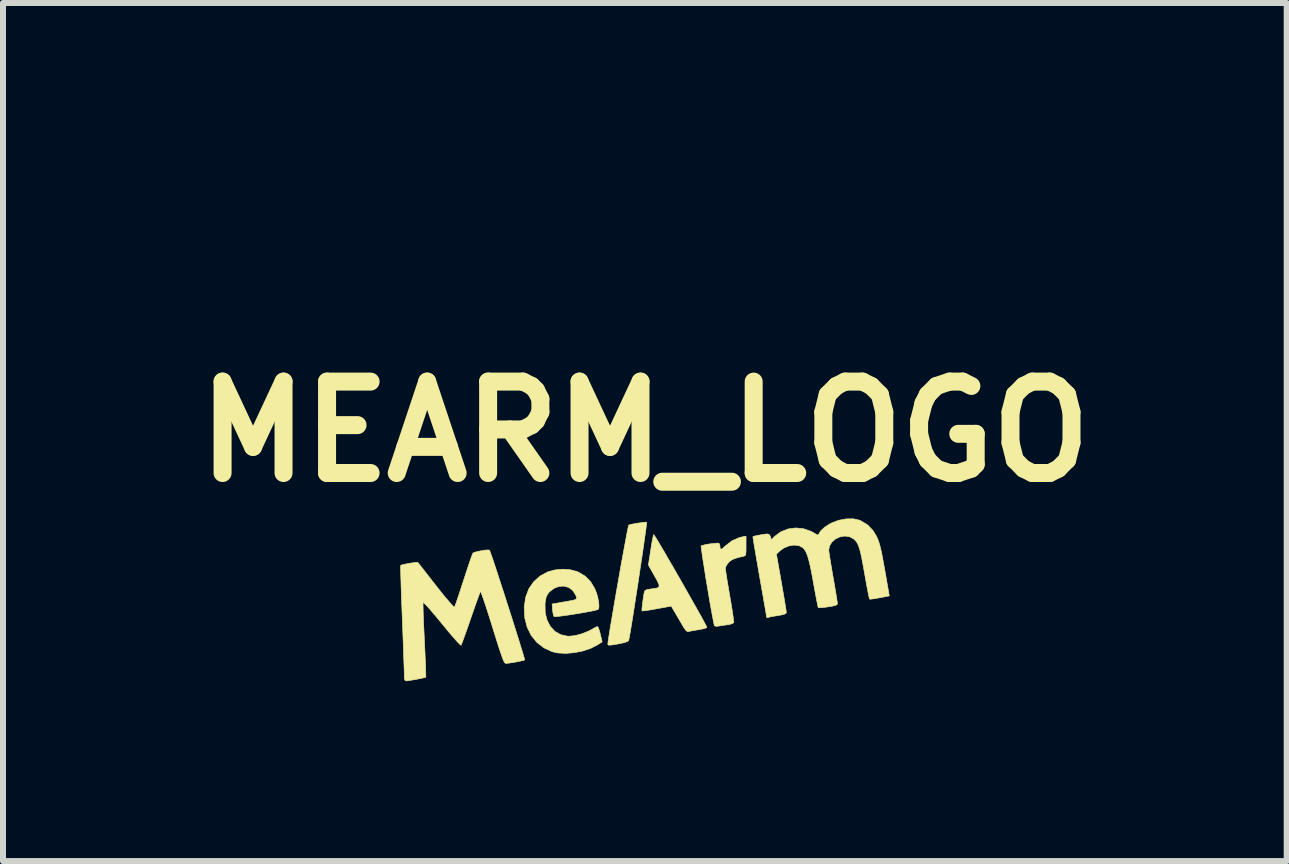
<source format=kicad_pcb>
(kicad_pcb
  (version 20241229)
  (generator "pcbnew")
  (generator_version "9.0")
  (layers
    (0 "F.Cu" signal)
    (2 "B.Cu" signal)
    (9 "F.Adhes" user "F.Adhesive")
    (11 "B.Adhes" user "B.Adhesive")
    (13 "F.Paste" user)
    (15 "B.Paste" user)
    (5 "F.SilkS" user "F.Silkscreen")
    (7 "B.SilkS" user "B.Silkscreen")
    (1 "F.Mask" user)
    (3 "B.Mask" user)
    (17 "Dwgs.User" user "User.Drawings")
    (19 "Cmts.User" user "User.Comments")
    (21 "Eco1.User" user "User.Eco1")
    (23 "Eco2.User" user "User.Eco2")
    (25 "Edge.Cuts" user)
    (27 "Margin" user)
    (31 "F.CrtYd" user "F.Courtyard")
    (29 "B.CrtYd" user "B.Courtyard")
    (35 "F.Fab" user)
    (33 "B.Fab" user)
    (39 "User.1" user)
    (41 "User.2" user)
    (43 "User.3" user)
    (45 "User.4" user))
  (footprint "MEARM_LOGO"
    (layer "F.Cu")
    (at 7.7 4.146)
    (property "Reference" "MEARM_LOGO" (at 0 0 0) (layer "F.SilkS") (effects (font (size 1.524 1.524) (thickness 0.3))))
    (attr through_hole)
    (fp_poly (pts (xy -1.098 -4.113) (xy -0.963 -4.055) (xy -0.839 -3.966) (xy -0.838 -3.965) (xy -0.818 -3.943) (xy -0.776 -3.895) (xy -0.714 -3.823) (xy -0.633 -3.729) (xy -0.535 -3.614) (xy -0.422 -3.481) (xy -0.295 -3.331) (xy -0.156 -3.166) (xy -0.006 -2.988) (xy 0.153 -2.799) (xy 0.32 -2.601) (xy 0.492 -2.395) (xy 0.535 -2.344) (xy 1.841 -0.784) (xy 2.467 -0.777) (xy 3.093 -0.771) (xy 3.215 -0.713) (xy 3.349 -0.632) (xy 3.457 -0.531) (xy 3.537 -0.414) (xy 3.59 -0.286) (xy 3.616 -0.152) (xy 3.616 -0.015) (xy 3.588 0.12) (xy 3.533 0.249) (xy 3.452 0.366) (xy 3.343 0.469) (xy 3.215 0.548) (xy 3.094 0.608) (xy 1.351 0.608) (xy 1.233 0.55) (xy 1.131 0.487) (xy 1.032 0.404) (xy 1.014 0.386) (xy 0.987 0.356) (xy 0.938 0.301) (xy 0.87 0.222) (xy 0.785 0.122) (xy 0.684 0.004) (xy 0.57 -0.132) (xy 0.444 -0.281) (xy 0.308 -0.442) (xy 0.164 -0.613) (xy 0.015 -0.791) (xy -0.073 -0.896) (xy -0.248 -1.105) (xy -0.401 -1.287) (xy -0.534 -1.445) (xy -0.648 -1.58) (xy -0.744 -1.694) (xy -0.825 -1.788) (xy -0.891 -1.865) (xy -0.944 -1.924) (xy -0.986 -1.97) (xy -1.018 -2.002) (xy -1.041 -2.023) (xy -1.057 -2.034) (xy -1.067 -2.037) (xy -1.073 -2.034) (xy -1.075 -2.03) (xy -1.084 -2.007) (xy -1.104 -1.952) (xy -1.134 -1.868) (xy -1.174 -1.758) (xy -1.223 -1.624) (xy -1.28 -1.468) (xy -1.344 -1.294) (xy -1.413 -1.104) (xy -1.487 -0.9) (xy -1.566 -0.685) (xy -1.627 -0.518) (xy -1.708 -0.295) (xy -1.786 -0.082) (xy -1.861 0.121) (xy -1.93 0.31) (xy -1.994 0.482) (xy -2.051 0.635) (xy -2.1 0.767) (xy -2.14 0.874) (xy -2.171 0.954) (xy -2.191 1.005) (xy -2.198 1.021) (xy -2.273 1.131) (xy -2.375 1.224) (xy -2.496 1.297) (xy -2.629 1.348) (xy -2.768 1.374) (xy -2.904 1.37) (xy -2.975 1.355) (xy -3.124 1.298) (xy -3.245 1.22) (xy -3.343 1.116) (xy -3.424 0.984) (xy -3.457 0.914) (xy -3.477 0.861) (xy -3.488 0.809) (xy -3.491 0.745) (xy -3.491 0.681) (xy -3.49 0.517) (xy -2.714 -1.615) (xy -2.592 -1.949) (xy -2.482 -2.251) (xy -2.383 -2.522) (xy -2.295 -2.762) (xy -2.216 -2.975) (xy -2.147 -3.16) (xy -2.087 -3.32) (xy -2.035 -3.456) (xy -1.991 -3.569) (xy -1.955 -3.661) (xy -1.925 -3.733) (xy -1.902 -3.788) (xy -1.884 -3.825) (xy -1.872 -3.845) (xy -1.774 -3.96) (xy -1.656 -4.047) (xy -1.525 -4.107) (xy -1.384 -4.139) (xy -1.24 -4.141) (xy -1.098 -4.113)) (stroke (width 0.01) (type solid)) (fill yes) (layer "F.Mask"))
    (fp_poly (pts (xy 0.03 1.511) (xy 0.029 1.531) (xy 0.023 1.582) (xy 0.013 1.661) (xy -0.002 1.763) (xy -0.019 1.886) (xy -0.039 2.025) (xy -0.062 2.175) (xy -0.086 2.334) (xy -0.11 2.497) (xy -0.135 2.659) (xy -0.16 2.818) (xy -0.183 2.969) (xy -0.205 3.108) (xy -0.225 3.231) (xy -0.242 3.334) (xy -0.256 3.413) (xy -0.266 3.464) (xy -0.27 3.483) (xy -0.297 3.501) (xy -0.356 3.52) (xy -0.444 3.538) (xy -0.451 3.54) (xy -0.529 3.553) (xy -0.578 3.559) (xy -0.605 3.558) (xy -0.615 3.55) (xy -0.617 3.541) (xy -0.614 3.511) (xy -0.605 3.45) (xy -0.592 3.363) (xy -0.574 3.253) (xy -0.552 3.125) (xy -0.528 2.982) (xy -0.502 2.828) (xy -0.474 2.667) (xy -0.445 2.504) (xy -0.417 2.341) (xy -0.389 2.184) (xy -0.362 2.036) (xy -0.337 1.901) (xy -0.315 1.783) (xy -0.297 1.686) (xy -0.282 1.613) (xy -0.273 1.57) (xy -0.269 1.558) (xy -0.242 1.549) (xy -0.192 1.538) (xy -0.13 1.527) (xy -0.066 1.518) (xy -0.012 1.511) (xy 0.023 1.51) (xy 0.03 1.511)) (stroke (width 0.01) (type solid)) (fill yes) (layer "F.SilkS"))
    (fp_poly (pts (xy 0.158 1.729) (xy 0.184 1.77) (xy 0.224 1.835) (xy 0.275 1.922) (xy 0.336 2.025) (xy 0.403 2.142) (xy 0.477 2.268) (xy 0.553 2.401) (xy 0.63 2.535) (xy 0.706 2.669) (xy 0.779 2.798) (xy 0.847 2.918) (xy 0.908 3.026) (xy 0.959 3.118) (xy 0.998 3.191) (xy 1.024 3.24) (xy 1.034 3.263) (xy 1.034 3.263) (xy 1.018 3.273) (xy 0.974 3.286) (xy 0.912 3.299) (xy 0.903 3.3) (xy 0.832 3.312) (xy 0.771 3.323) (xy 0.733 3.331) (xy 0.732 3.332) (xy 0.71 3.332) (xy 0.689 3.318) (xy 0.663 3.285) (xy 0.626 3.227) (xy 0.611 3.199) (xy 0.567 3.125) (xy 0.525 3.052) (xy 0.491 2.994) (xy 0.484 2.983) (xy 0.44 2.908) (xy 0.2 2.952) (xy 0.111 2.968) (xy 0.036 2.98) (xy -0.018 2.987) (xy -0.046 2.989) (xy -0.048 2.988) (xy -0.049 2.968) (xy -0.045 2.922) (xy -0.038 2.86) (xy -0.028 2.79) (xy -0.018 2.724) (xy -0.009 2.673) (xy 0.002 2.65) (xy 0.028 2.636) (xy 0.077 2.626) (xy 0.105 2.622) (xy 0.174 2.613) (xy 0.217 2.602) (xy 0.237 2.583) (xy 0.235 2.55) (xy 0.212 2.497) (xy 0.17 2.42) (xy 0.159 2.401) (xy 0.059 2.223) (xy 0.098 1.975) (xy 0.112 1.884) (xy 0.126 1.806) (xy 0.138 1.749) (xy 0.146 1.718) (xy 0.147 1.715) (xy 0.158 1.729)) (stroke (width 0.01) (type solid)) (fill yes) (layer "F.SilkS"))
    (fp_poly (pts (xy 1.687 1.905) (xy 1.687 1.982) (xy 1.684 2.031) (xy 1.678 2.058) (xy 1.664 2.071) (xy 1.642 2.078) (xy 1.637 2.079) (xy 1.55 2.1) (xy 1.489 2.119) (xy 1.446 2.14) (xy 1.411 2.167) (xy 1.398 2.179) (xy 1.363 2.223) (xy 1.344 2.266) (xy 1.343 2.277) (xy 1.346 2.306) (xy 1.354 2.366) (xy 1.367 2.45) (xy 1.384 2.553) (xy 1.404 2.669) (xy 1.416 2.74) (xy 1.437 2.86) (xy 1.454 2.968) (xy 1.468 3.06) (xy 1.478 3.13) (xy 1.482 3.173) (xy 1.481 3.183) (xy 1.46 3.199) (xy 1.415 3.213) (xy 1.394 3.217) (xy 1.322 3.227) (xy 1.248 3.238) (xy 1.239 3.24) (xy 1.191 3.245) (xy 1.166 3.239) (xy 1.155 3.218) (xy 1.153 3.209) (xy 1.141 3.149) (xy 1.125 3.065) (xy 1.106 2.962) (xy 1.085 2.844) (xy 1.063 2.715) (xy 1.041 2.582) (xy 1.018 2.448) (xy 0.998 2.319) (xy 0.979 2.199) (xy 0.962 2.093) (xy 0.95 2.006) (xy 0.941 1.944) (xy 0.938 1.909) (xy 0.938 1.904) (xy 0.964 1.895) (xy 1.014 1.883) (xy 1.077 1.872) (xy 1.141 1.864) (xy 1.196 1.859) (xy 1.23 1.859) (xy 1.235 1.86) (xy 1.248 1.885) (xy 1.252 1.912) (xy 1.256 1.95) (xy 1.271 1.961) (xy 1.3 1.944) (xy 1.346 1.902) (xy 1.452 1.82) (xy 1.575 1.766) (xy 1.628 1.753) (xy 1.687 1.743) (xy 1.687 1.905)) (stroke (width 0.01) (type solid)) (fill yes) (layer "F.SilkS"))
    (fp_poly (pts (xy -1.241 2.303) (xy -1.128 2.333) (xy -1.107 2.342) (xy -0.992 2.411) (xy -0.904 2.501) (xy -0.834 2.619) (xy -0.833 2.622) (xy -0.804 2.695) (xy -0.783 2.772) (xy -0.769 2.847) (xy -0.765 2.91) (xy -0.771 2.952) (xy -0.782 2.966) (xy -0.819 2.976) (xy -0.881 2.99) (xy -0.962 3.005) (xy -1.055 3.022) (xy -1.155 3.038) (xy -1.254 3.054) (xy -1.346 3.067) (xy -1.423 3.077) (xy -1.481 3.083) (xy -1.511 3.084) (xy -1.513 3.083) (xy -1.524 3.057) (xy -1.534 3.008) (xy -1.538 2.97) (xy -1.546 2.873) (xy -1.358 2.84) (xy -1.262 2.823) (xy -1.197 2.811) (xy -1.158 2.799) (xy -1.139 2.786) (xy -1.136 2.769) (xy -1.144 2.745) (xy -1.153 2.724) (xy -1.201 2.648) (xy -1.267 2.598) (xy -1.346 2.575) (xy -1.43 2.579) (xy -1.513 2.611) (xy -1.59 2.67) (xy -1.62 2.706) (xy -1.647 2.764) (xy -1.662 2.852) (xy -1.664 2.879) (xy -1.661 3.019) (xy -1.63 3.143) (xy -1.576 3.247) (xy -1.5 3.329) (xy -1.404 3.384) (xy -1.292 3.409) (xy -1.259 3.41) (xy -1.162 3.4) (xy -1.051 3.37) (xy -0.941 3.326) (xy -0.881 3.295) (xy -0.834 3.268) (xy -0.799 3.251) (xy -0.79 3.249) (xy -0.778 3.264) (xy -0.762 3.305) (xy -0.745 3.366) (xy -0.743 3.375) (xy -0.712 3.504) (xy -0.781 3.549) (xy -0.895 3.609) (xy -1.029 3.655) (xy -1.173 3.684) (xy -1.317 3.696) (xy -1.45 3.689) (xy -1.545 3.668) (xy -1.684 3.603) (xy -1.801 3.512) (xy -1.894 3.397) (xy -1.962 3.26) (xy -2.001 3.106) (xy -2.011 2.936) (xy -2.01 2.915) (xy -1.986 2.758) (xy -1.933 2.618) (xy -1.851 2.5) (xy -1.744 2.405) (xy -1.617 2.337) (xy -1.499 2.305) (xy -1.369 2.293) (xy -1.241 2.303)) (stroke (width 0.01) (type solid)) (fill yes) (layer "F.SilkS"))
    (fp_poly (pts (xy 3.579 1.476) (xy 3.595 1.483) (xy 3.712 1.553) (xy 3.805 1.65) (xy 3.863 1.748) (xy 3.882 1.79) (xy 3.899 1.835) (xy 3.915 1.887) (xy 3.931 1.95) (xy 3.949 2.03) (xy 3.968 2.131) (xy 3.991 2.257) (xy 4.019 2.414) (xy 4.024 2.444) (xy 4.075 2.738) (xy 4.029 2.747) (xy 3.915 2.769) (xy 3.833 2.783) (xy 3.78 2.791) (xy 3.752 2.792) (xy 3.746 2.79) (xy 3.74 2.77) (xy 3.729 2.72) (xy 3.714 2.644) (xy 3.696 2.548) (xy 3.676 2.437) (xy 3.665 2.374) (xy 3.638 2.223) (xy 3.615 2.103) (xy 3.595 2.01) (xy 3.575 1.94) (xy 3.556 1.887) (xy 3.535 1.847) (xy 3.511 1.816) (xy 3.483 1.789) (xy 3.412 1.751) (xy 3.333 1.74) (xy 3.252 1.754) (xy 3.177 1.789) (xy 3.117 1.842) (xy 3.077 1.909) (xy 3.066 1.972) (xy 3.069 2.004) (xy 3.078 2.066) (xy 3.092 2.152) (xy 3.109 2.256) (xy 3.129 2.373) (xy 3.139 2.431) (xy 3.16 2.549) (xy 3.178 2.657) (xy 3.193 2.748) (xy 3.204 2.817) (xy 3.21 2.859) (xy 3.211 2.868) (xy 3.203 2.884) (xy 3.176 2.897) (xy 3.123 2.909) (xy 3.056 2.92) (xy 2.985 2.93) (xy 2.929 2.935) (xy 2.896 2.935) (xy 2.892 2.934) (xy 2.886 2.914) (xy 2.875 2.864) (xy 2.86 2.788) (xy 2.842 2.693) (xy 2.822 2.582) (xy 2.811 2.521) (xy 2.782 2.362) (xy 2.756 2.235) (xy 2.732 2.136) (xy 2.709 2.061) (xy 2.686 2.005) (xy 2.661 1.964) (xy 2.636 1.936) (xy 2.571 1.901) (xy 2.49 1.891) (xy 2.403 1.904) (xy 2.318 1.939) (xy 2.256 1.983) (xy 2.193 2.041) (xy 2.276 2.512) (xy 2.298 2.639) (xy 2.318 2.756) (xy 2.335 2.857) (xy 2.348 2.936) (xy 2.356 2.99) (xy 2.359 3.013) (xy 2.351 3.03) (xy 2.323 3.044) (xy 2.269 3.057) (xy 2.219 3.066) (xy 2.149 3.077) (xy 2.092 3.088) (xy 2.059 3.096) (xy 2.056 3.097) (xy 2.034 3.101) (xy 2.032 3.099) (xy 2.029 3.08) (xy 2.02 3.029) (xy 2.007 2.95) (xy 1.989 2.848) (xy 1.968 2.726) (xy 1.943 2.587) (xy 1.917 2.437) (xy 1.914 2.422) (xy 1.888 2.271) (xy 1.864 2.132) (xy 1.843 2.009) (xy 1.825 1.905) (xy 1.812 1.824) (xy 1.804 1.771) (xy 1.801 1.75) (xy 1.801 1.75) (xy 1.823 1.742) (xy 1.868 1.732) (xy 1.925 1.721) (xy 1.982 1.712) (xy 2.027 1.706) (xy 2.04 1.705) (xy 2.077 1.717) (xy 2.095 1.753) (xy 2.107 1.801) (xy 2.165 1.745) (xy 2.269 1.669) (xy 2.388 1.622) (xy 2.516 1.605) (xy 2.648 1.619) (xy 2.776 1.664) (xy 2.855 1.71) (xy 2.883 1.724) (xy 2.897 1.712) (xy 2.898 1.709) (xy 2.934 1.652) (xy 2.998 1.593) (xy 3.083 1.538) (xy 3.114 1.522) (xy 3.232 1.477) (xy 3.356 1.454) (xy 3.475 1.453) (xy 3.579 1.476)) (stroke (width 0.01) (type solid)) (fill yes) (layer "F.SilkS"))
    (fp_poly (pts (xy -2.592 1.974) (xy -2.59 1.975) (xy -2.582 1.995) (xy -2.564 2.045) (xy -2.537 2.122) (xy -2.504 2.221) (xy -2.465 2.339) (xy -2.422 2.472) (xy -2.375 2.616) (xy -2.326 2.767) (xy -2.277 2.921) (xy -2.228 3.074) (xy -2.181 3.222) (xy -2.137 3.362) (xy -2.097 3.49) (xy -2.063 3.601) (xy -2.035 3.692) (xy -2.015 3.759) (xy -2.005 3.798) (xy -2.004 3.806) (xy -2.025 3.814) (xy -2.072 3.824) (xy -2.134 3.837) (xy -2.201 3.849) (xy -2.262 3.858) (xy -2.307 3.863) (xy -2.314 3.863) (xy -2.325 3.861) (xy -2.337 3.85) (xy -2.35 3.828) (xy -2.366 3.792) (xy -2.386 3.737) (xy -2.412 3.661) (xy -2.445 3.561) (xy -2.485 3.433) (xy -2.535 3.274) (xy -2.54 3.257) (xy -2.584 3.116) (xy -2.625 2.988) (xy -2.662 2.875) (xy -2.693 2.783) (xy -2.718 2.714) (xy -2.734 2.673) (xy -2.741 2.662) (xy -2.749 2.683) (xy -2.768 2.733) (xy -2.795 2.807) (xy -2.829 2.902) (xy -2.867 3.012) (xy -2.902 3.111) (xy -2.943 3.231) (xy -2.981 3.339) (xy -3.014 3.43) (xy -3.04 3.501) (xy -3.057 3.546) (xy -3.064 3.561) (xy -3.079 3.551) (xy -3.113 3.517) (xy -3.164 3.461) (xy -3.228 3.387) (xy -3.302 3.299) (xy -3.383 3.2) (xy -3.385 3.198) (xy -3.488 3.073) (xy -3.57 2.976) (xy -3.632 2.907) (xy -3.673 2.865) (xy -3.694 2.851) (xy -3.698 2.854) (xy -3.698 2.879) (xy -3.697 2.936) (xy -3.695 3.02) (xy -3.691 3.127) (xy -3.686 3.252) (xy -3.679 3.391) (xy -3.675 3.487) (xy -3.668 3.63) (xy -3.662 3.762) (xy -3.657 3.878) (xy -3.654 3.973) (xy -3.652 4.043) (xy -3.651 4.084) (xy -3.652 4.093) (xy -3.672 4.1) (xy -3.718 4.11) (xy -3.78 4.123) (xy -3.847 4.135) (xy -3.91 4.146) (xy -3.958 4.153) (xy -3.978 4.155) (xy -3.996 4.149) (xy -4.006 4.126) (xy -4.01 4.078) (xy -4.01 4.05) (xy -4.011 4.011) (xy -4.013 3.94) (xy -4.017 3.84) (xy -4.021 3.717) (xy -4.026 3.574) (xy -4.032 3.415) (xy -4.038 3.245) (xy -4.044 3.093) (xy -4.051 2.921) (xy -4.057 2.76) (xy -4.062 2.613) (xy -4.066 2.485) (xy -4.069 2.379) (xy -4.071 2.299) (xy -4.072 2.248) (xy -4.071 2.23) (xy -4.052 2.222) (xy -4.008 2.211) (xy -3.949 2.199) (xy -3.887 2.189) (xy -3.832 2.181) (xy -3.795 2.178) (xy -3.785 2.179) (xy -3.773 2.195) (xy -3.742 2.235) (xy -3.693 2.296) (xy -3.632 2.375) (xy -3.56 2.467) (xy -3.484 2.564) (xy -3.405 2.664) (xy -3.333 2.753) (xy -3.27 2.827) (xy -3.221 2.883) (xy -3.188 2.917) (xy -3.175 2.927) (xy -3.165 2.906) (xy -3.147 2.856) (xy -3.121 2.78) (xy -3.089 2.685) (xy -3.053 2.574) (xy -3.021 2.477) (xy -2.982 2.357) (xy -2.946 2.248) (xy -2.915 2.156) (xy -2.89 2.085) (xy -2.873 2.039) (xy -2.866 2.025) (xy -2.84 2.012) (xy -2.791 1.999) (xy -2.731 1.986) (xy -2.67 1.976) (xy -2.62 1.972) (xy -2.592 1.974)) (stroke (width 0.01) (type solid)) (fill yes) (layer "F.SilkS")))
  (gr_rect
    (start -3 -3)
    (end 18.4 11.305)
    (stroke (width 0.1) (type default))
    (fill no)
    (layer "Edge.Cuts")))
</source>
